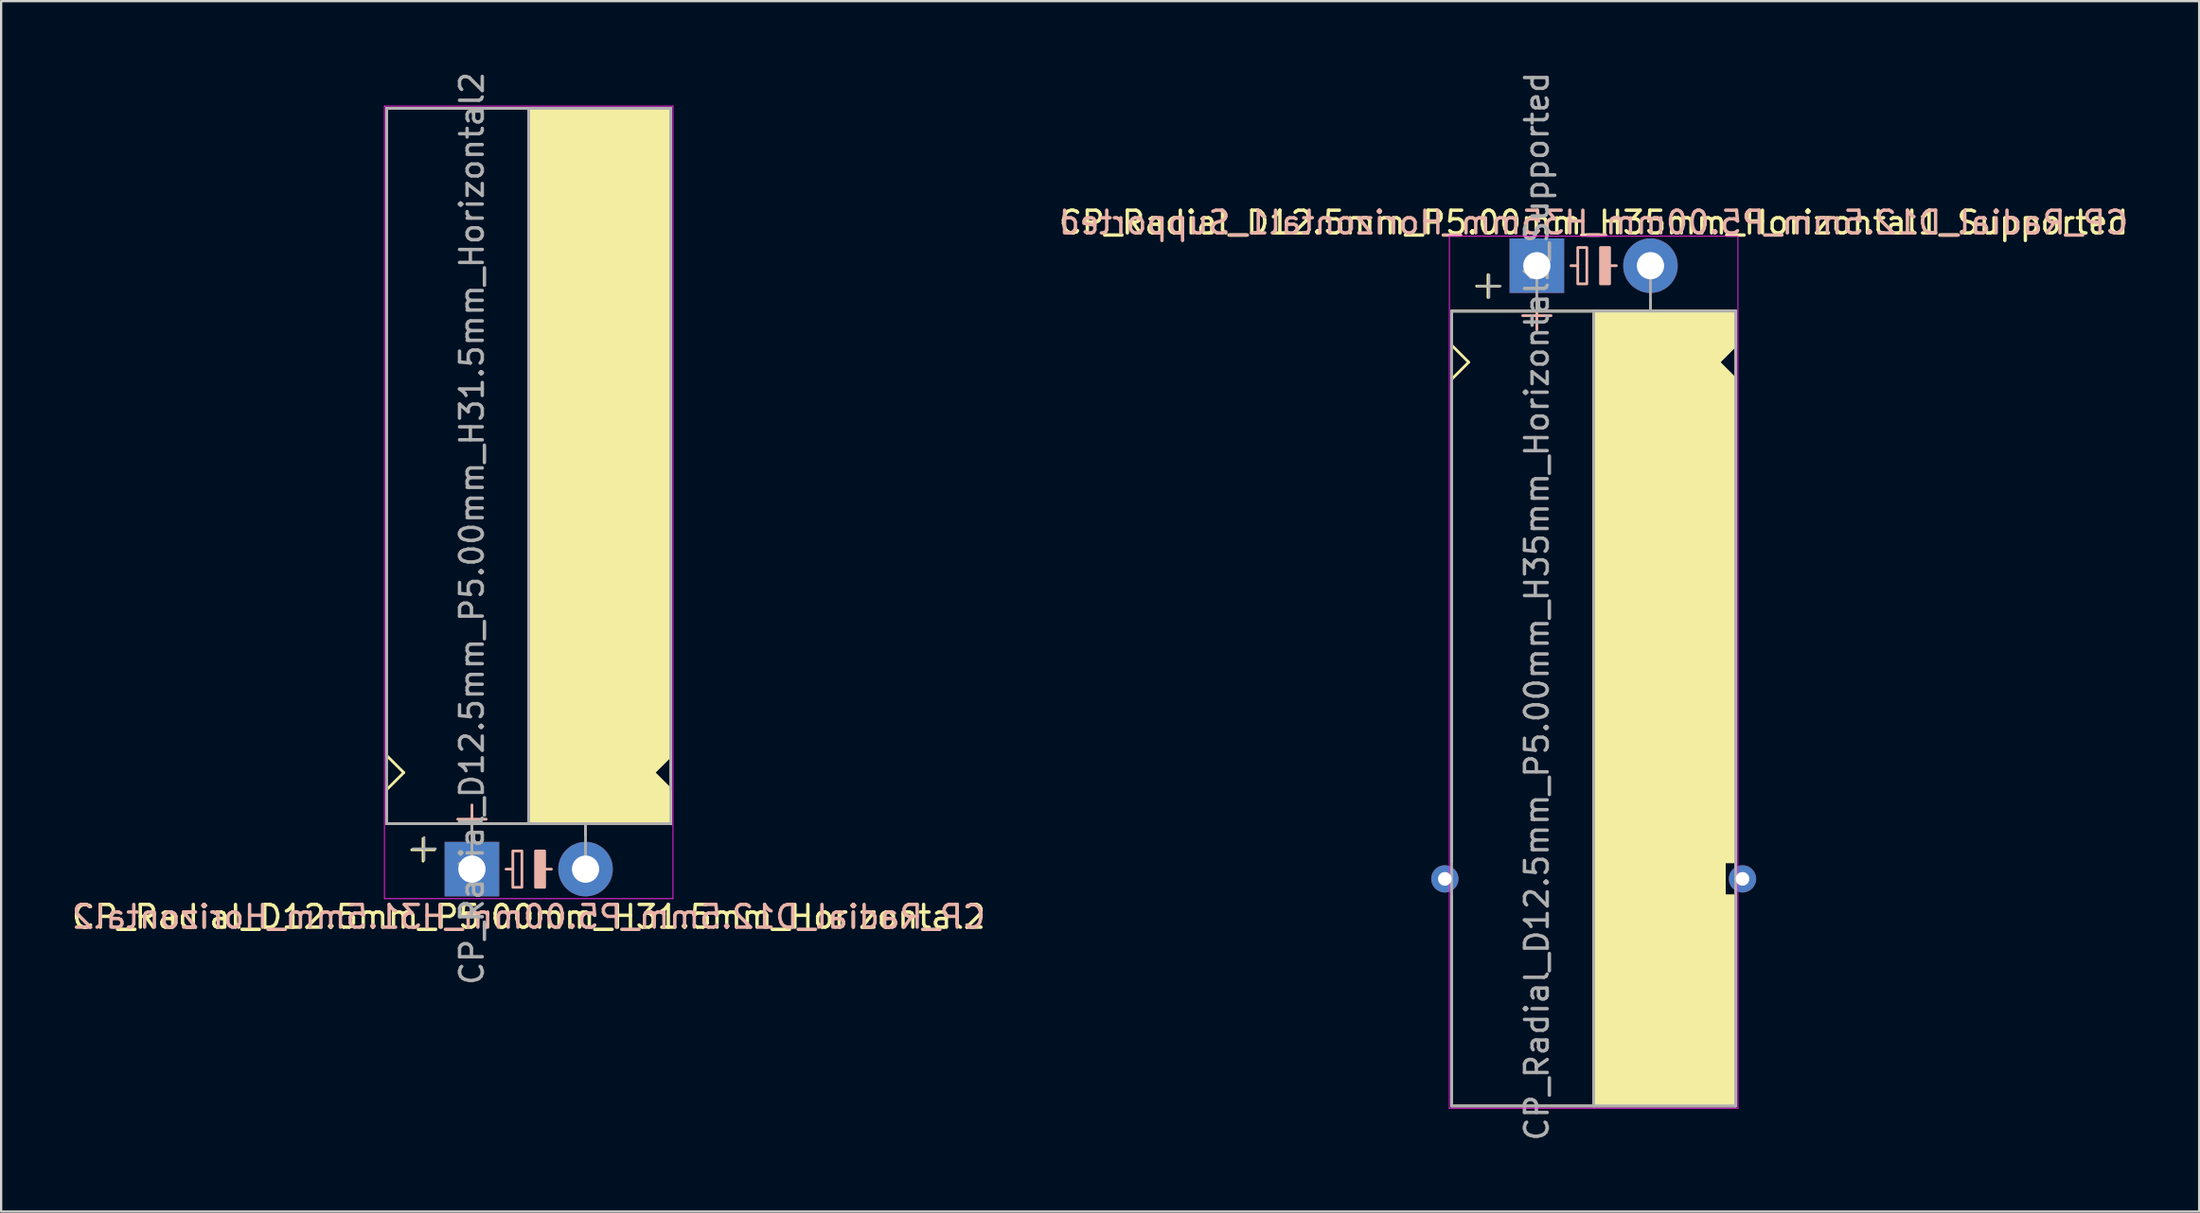
<source format=kicad_pcb>
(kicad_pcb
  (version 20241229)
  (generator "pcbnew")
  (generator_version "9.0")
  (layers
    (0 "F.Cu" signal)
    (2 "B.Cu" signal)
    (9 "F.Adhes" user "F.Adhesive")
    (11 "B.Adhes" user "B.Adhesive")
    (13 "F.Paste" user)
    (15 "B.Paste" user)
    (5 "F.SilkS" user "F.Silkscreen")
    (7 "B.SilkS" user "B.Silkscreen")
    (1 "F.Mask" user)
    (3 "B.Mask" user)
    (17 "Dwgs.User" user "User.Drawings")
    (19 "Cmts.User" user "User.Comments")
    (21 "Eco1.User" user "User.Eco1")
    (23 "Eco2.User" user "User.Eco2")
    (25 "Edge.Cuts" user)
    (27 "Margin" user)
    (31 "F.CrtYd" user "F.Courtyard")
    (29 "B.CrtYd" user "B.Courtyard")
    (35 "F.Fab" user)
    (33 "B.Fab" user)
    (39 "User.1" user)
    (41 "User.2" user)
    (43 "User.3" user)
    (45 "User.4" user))
  (footprint "CP_Radial_D12.5mm_P5.00mm_H35mm_Horizontal1_Supported"
    (layer "F.Cu")
    (at 64.589 8.649)
    (property "Reference" "CP_Radial_D12.5mm_P5.00mm_H35mm_Horizontal1_Supported" (at 2.5 -1.9 180) (layer "F.SilkS") (effects (font (size 1 1) (thickness 0.15))))
    (fp_line (start -3.75 2) (end -3.75 3.5) (stroke (width 0.12) (type solid)) (layer "F.SilkS"))
    (fp_line (start -3.75 3.5) (end -3 4.25) (stroke (width 0.12) (type solid)) (layer "F.SilkS"))
    (fp_line (start -3.75 5) (end -3.75 26.25) (stroke (width 0.12) (type solid)) (layer "F.SilkS"))
    (fp_line (start -3.75 37) (end -3.75 27.75) (stroke (width 0.12) (type solid)) (layer "F.SilkS"))
    (fp_line (start -3 4.25) (end -3.75 5) (stroke (width 0.12) (type solid)) (layer "F.SilkS"))
    (fp_line (start -2.15 0.4) (end -2.15 1.4) (stroke (width 0.12) (type solid)) (layer "F.SilkS"))
    (fp_line (start -1.65 0.9) (end -2.65 0.9) (stroke (width 0.12) (type solid)) (layer "F.SilkS"))
    (fp_line (start 0 1.5) (end 0 2) (stroke (width 0.12) (type solid)) (layer "F.SilkS"))
    (fp_line (start 2.5 2) (end -3.75 2) (stroke (width 0.12) (type solid)) (layer "F.SilkS"))
    (fp_line (start 2.5 2) (end 2.5 37) (stroke (width 0.12) (type solid)) (layer "F.SilkS"))
    (fp_line (start 2.5 2) (end 8.75 2) (stroke (width 0.12) (type solid)) (layer "F.SilkS"))
    (fp_line (start 5 1.5) (end 5 2) (stroke (width 0.12) (type solid)) (layer "F.SilkS"))
    (fp_line (start 8 4.25) (end 8.75 5) (stroke (width 0.12) (type solid)) (layer "F.SilkS"))
    (fp_line (start 8.25 26.25) (end 8.75 26.25) (stroke (width 0.12) (type solid)) (layer "F.SilkS"))
    (fp_line (start 8.25 27.75) (end 8.25 26.25) (stroke (width 0.12) (type solid)) (layer "F.SilkS"))
    (fp_line (start 8.75 2) (end 8.75 3.5) (stroke (width 0.12) (type solid)) (layer "F.SilkS"))
    (fp_line (start 8.75 3.5) (end 8 4.25) (stroke (width 0.12) (type solid)) (layer "F.SilkS"))
    (fp_line (start 8.75 5) (end 8.75 26.25) (stroke (width 0.12) (type solid)) (layer "F.SilkS"))
    (fp_line (start 8.75 27.75) (end 8.25 27.75) (stroke (width 0.12) (type solid)) (layer "F.SilkS"))
    (fp_line (start 8.75 37) (end -3.75 37) (stroke (width 0.12) (type solid)) (layer "F.SilkS"))
    (fp_line (start 8.75 37) (end 8.75 27.75) (stroke (width 0.12) (type solid)) (layer "F.SilkS"))
    (fp_poly (pts (xy 8.75 3.5) (xy 8 4.25) (xy 8.75 5) (xy 8.75 26.25) (xy 8.25 26.25) (xy 8.25 27.75) (xy 8.75 27.75) (xy 8.75 37) (xy 2.5 37) (xy 2.5 2) (xy 8.75 2)) (stroke (width 0.1) (type solid)) (fill yes) (layer "F.SilkS"))
    (fp_line (start 0 1.575) (end 0 2.825) (stroke (width 0.12) (type solid)) (layer "B.SilkS"))
    (fp_line (start 0.625 2.2) (end -0.625 2.2) (stroke (width 0.12) (type solid)) (layer "B.SilkS"))
    (fp_line (start 1.8 0) (end 1.5 0) (stroke (width 0.12) (type solid)) (layer "B.SilkS"))
    (fp_line (start 3.5 0) (end 3.2 0) (stroke (width 0.12) (type solid)) (layer "B.SilkS"))
    (fp_rect (start 2.2 -0.8) (end 1.8 0.8) (stroke (width 0.12) (type solid)) (fill no) (layer "B.SilkS"))
    (fp_rect (start 3.2 -0.8) (end 2.8 0.8) (stroke (width 0.12) (type solid)) (fill yes) (layer "B.SilkS"))
    (fp_line (start -3.85 -1.3) (end 8.85 -1.3) (stroke (width 0.04) (type solid)) (layer "F.CrtYd"))
    (fp_line (start -3.85 37.1) (end -3.85 -1.3) (stroke (width 0.04) (type solid)) (layer "F.CrtYd"))
    (fp_line (start 8.85 -1.3) (end 8.85 37.1) (stroke (width 0.04) (type solid)) (layer "F.CrtYd"))
    (fp_line (start 8.85 37.1) (end -3.85 37.1) (stroke (width 0.04) (type solid)) (layer "F.CrtYd"))
    (fp_line (start -3.75 2) (end -3.75 37) (stroke (width 0.12) (type solid)) (layer "F.Fab"))
    (fp_line (start -3.75 37) (end 8.75 37) (stroke (width 0.12) (type solid)) (layer "F.Fab"))
    (fp_line (start -2.6 0.9) (end -1.6 0.9) (stroke (width 0.1) (type solid)) (layer "F.Fab"))
    (fp_line (start -2.1 1.4) (end -2.1 0.4) (stroke (width 0.1) (type solid)) (layer "F.Fab"))
    (fp_line (start 0 0) (end 0 2) (stroke (width 0.12) (type solid)) (layer "F.Fab"))
    (fp_line (start 0 2) (end -3.75 2) (stroke (width 0.12) (type solid)) (layer "F.Fab"))
    (fp_line (start 2.5 2) (end 2.5 37) (stroke (width 0.12) (type solid)) (layer "F.Fab"))
    (fp_line (start 5 2) (end 5 0) (stroke (width 0.12) (type solid)) (layer "F.Fab"))
    (fp_line (start 8.75 2) (end 0 2) (stroke (width 0.12) (type solid)) (layer "F.Fab"))
    (fp_line (start 8.75 37) (end 8.75 2) (stroke (width 0.12) (type solid)) (layer "F.Fab"))
    (fp_poly (pts (xy 8.75 37) (xy 2.5 37) (xy 2.5 2) (xy 8.75 2)) (stroke (width 0.1) (type solid)) (fill no) (layer "F.Fab"))
    (fp_text user "${REFERENCE}" (at 2.5 -1.9 0) (layer "B.SilkS") (effects (font (size 1 1) (thickness 0.15)) (justify mirror)))
    (fp_text user "${REFERENCE}" (at 0 15 90) (layer "F.Fab") (effects (font (size 1 1) (thickness 0.15))))
    (pad "1" thru_hole rect (at 0 0) (size 2.4 2.4) (drill 1.2) (layers "*.Cu" "*.Mask"))
    (pad "2" thru_hole circle (at 5 0) (size 2.4 2.4) (drill 1.2) (layers "*.Cu" "*.Mask"))
    (pad "~" thru_hole circle (at -4.05 27) (size 1.2 1.2) (drill 0.6) (layers "*.Cu" "*.Mask"))
    (pad "~" thru_hole circle (at 9.05 27) (size 1.2 1.2) (drill 0.6) (layers "*.Cu" "*.Mask")))
  (footprint "CP_Radial_D12.5mm_P5.00mm_H31.5mm_Horizontal2"
    (layer "F.Cu")
    (at 17.72 35.22)
    (property "Reference" "CP_Radial_D12.5mm_P5.00mm_H31.5mm_Horizontal2" (at 2.5 2.1 180) (layer "F.SilkS") (effects (font (size 1 1) (thickness 0.15))))
    (fp_line (start -3.75 -5) (end -3.75 -33.5) (stroke (width 0.12) (type solid)) (layer "F.SilkS"))
    (fp_line (start -3.75 -3.5) (end -3 -4.25) (stroke (width 0.12) (type solid)) (layer "F.SilkS"))
    (fp_line (start -3.75 -2) (end -3.75 -3.5) (stroke (width 0.12) (type solid)) (layer "F.SilkS"))
    (fp_line (start -3 -4.25) (end -3.75 -5) (stroke (width 0.12) (type solid)) (layer "F.SilkS"))
    (fp_line (start -2.15 -1.35) (end -2.15 -0.35) (stroke (width 0.12) (type solid)) (layer "F.SilkS"))
    (fp_line (start -1.65 -0.85) (end -2.65 -0.85) (stroke (width 0.12) (type solid)) (layer "F.SilkS"))
    (fp_line (start 0 -1.5) (end 0 -2) (stroke (width 0.12) (type solid)) (layer "F.SilkS"))
    (fp_line (start 2.5 -2) (end -3.75 -2) (stroke (width 0.12) (type solid)) (layer "F.SilkS"))
    (fp_line (start 2.5 -2) (end 2.5 -33.5) (stroke (width 0.12) (type solid)) (layer "F.SilkS"))
    (fp_line (start 2.5 -2) (end 8.75 -2) (stroke (width 0.12) (type solid)) (layer "F.SilkS"))
    (fp_line (start 5 -1.5) (end 5 -2) (stroke (width 0.12) (type solid)) (layer "F.SilkS"))
    (fp_line (start 8 -4.25) (end 8.75 -5) (stroke (width 0.12) (type solid)) (layer "F.SilkS"))
    (fp_line (start 8.75 -33.5) (end -3.75 -33.5) (stroke (width 0.12) (type solid)) (layer "F.SilkS"))
    (fp_line (start 8.75 -5) (end 8.75 -33.5) (stroke (width 0.12) (type solid)) (layer "F.SilkS"))
    (fp_line (start 8.75 -3.5) (end 8 -4.25) (stroke (width 0.12) (type solid)) (layer "F.SilkS"))
    (fp_line (start 8.75 -2) (end 8.75 -3.5) (stroke (width 0.12) (type solid)) (layer "F.SilkS"))
    (fp_poly (pts (xy 8.75 -3.5) (xy 8 -4.25) (xy 8.75 -5) (xy 8.75 -33.5) (xy 2.5 -33.5) (xy 2.5 -2) (xy 8.75 -2)) (stroke (width 0.1) (type solid)) (fill yes) (layer "F.SilkS"))
    (fp_line (start 0 -2.825) (end 0 -1.575) (stroke (width 0.12) (type solid)) (layer "B.SilkS"))
    (fp_line (start 0.625 -2.2) (end -0.625 -2.2) (stroke (width 0.12) (type solid)) (layer "B.SilkS"))
    (fp_line (start 1.8 0) (end 1.5 0) (stroke (width 0.12) (type solid)) (layer "B.SilkS"))
    (fp_line (start 3.5 0) (end 3.2 0) (stroke (width 0.12) (type solid)) (layer "B.SilkS"))
    (fp_rect (start 2.2 -0.8) (end 1.8 0.8) (stroke (width 0.12) (type solid)) (fill no) (layer "B.SilkS"))
    (fp_rect (start 3.2 -0.8) (end 2.8 0.8) (stroke (width 0.12) (type solid)) (fill yes) (layer "B.SilkS"))
    (fp_line (start -3.85 -33.6) (end -3.85 1.3) (stroke (width 0.04) (type solid)) (layer "F.CrtYd"))
    (fp_line (start 8.85 -33.6) (end -3.85 -33.6) (stroke (width 0.04) (type solid)) (layer "F.CrtYd"))
    (fp_line (start 8.85 1.3) (end -3.85 1.3) (stroke (width 0.04) (type solid)) (layer "F.CrtYd"))
    (fp_line (start 8.85 1.3) (end 8.85 -33.6) (stroke (width 0.04) (type solid)) (layer "F.CrtYd"))
    (fp_line (start -3.75 -33.5) (end 8.75 -33.5) (stroke (width 0.12) (type solid)) (layer "F.Fab"))
    (fp_line (start -3.75 -2) (end -3.75 -33.5) (stroke (width 0.12) (type solid)) (layer "F.Fab"))
    (fp_line (start -2.6 -0.9) (end -1.6 -0.9) (stroke (width 0.1) (type solid)) (layer "F.Fab"))
    (fp_line (start -2.1 -0.4) (end -2.1 -1.4) (stroke (width 0.1) (type solid)) (layer "F.Fab"))
    (fp_line (start 0 -2) (end -3.75 -2) (stroke (width 0.12) (type solid)) (layer "F.Fab"))
    (fp_line (start 0 0) (end 0 -2) (stroke (width 0.12) (type solid)) (layer "F.Fab"))
    (fp_line (start 2.5 -2) (end 2.5 -33.5) (stroke (width 0.12) (type solid)) (layer "F.Fab"))
    (fp_line (start 5 -2) (end 5 0) (stroke (width 0.12) (type solid)) (layer "F.Fab"))
    (fp_line (start 8.75 -33.5) (end 8.75 -3.5) (stroke (width 0.12) (type solid)) (layer "F.Fab"))
    (fp_line (start 8.75 -2) (end 0 -2) (stroke (width 0.12) (type solid)) (layer "F.Fab"))
    (fp_poly (pts (xy 8.75 -33.5) (xy 2.5 -33.5) (xy 2.5 -2) (xy 8.75 -2)) (stroke (width 0.1) (type solid)) (fill no) (layer "F.Fab"))
    (fp_text user "${REFERENCE}" (at 2.5 2.1 0) (layer "B.SilkS") (effects (font (size 1 1) (thickness 0.15)) (justify mirror)))
    (fp_text user "${REFERENCE}" (at 0 -15 90) (layer "F.Fab") (effects (font (size 1 1) (thickness 0.15))))
    (pad "1" thru_hole rect (at 0 0) (size 2.4 2.4) (drill 1.2) (layers "*.Cu" "*.Mask"))
    (pad "2" thru_hole circle (at 5 0) (size 2.4 2.4) (drill 1.2) (layers "*.Cu" "*.Mask")))
  (gr_rect
    (start -3 -3)
    (end 93.738 50.298)
    (stroke (width 0.1) (type default))
    (fill no)
    (layer "Edge.Cuts")))
</source>
